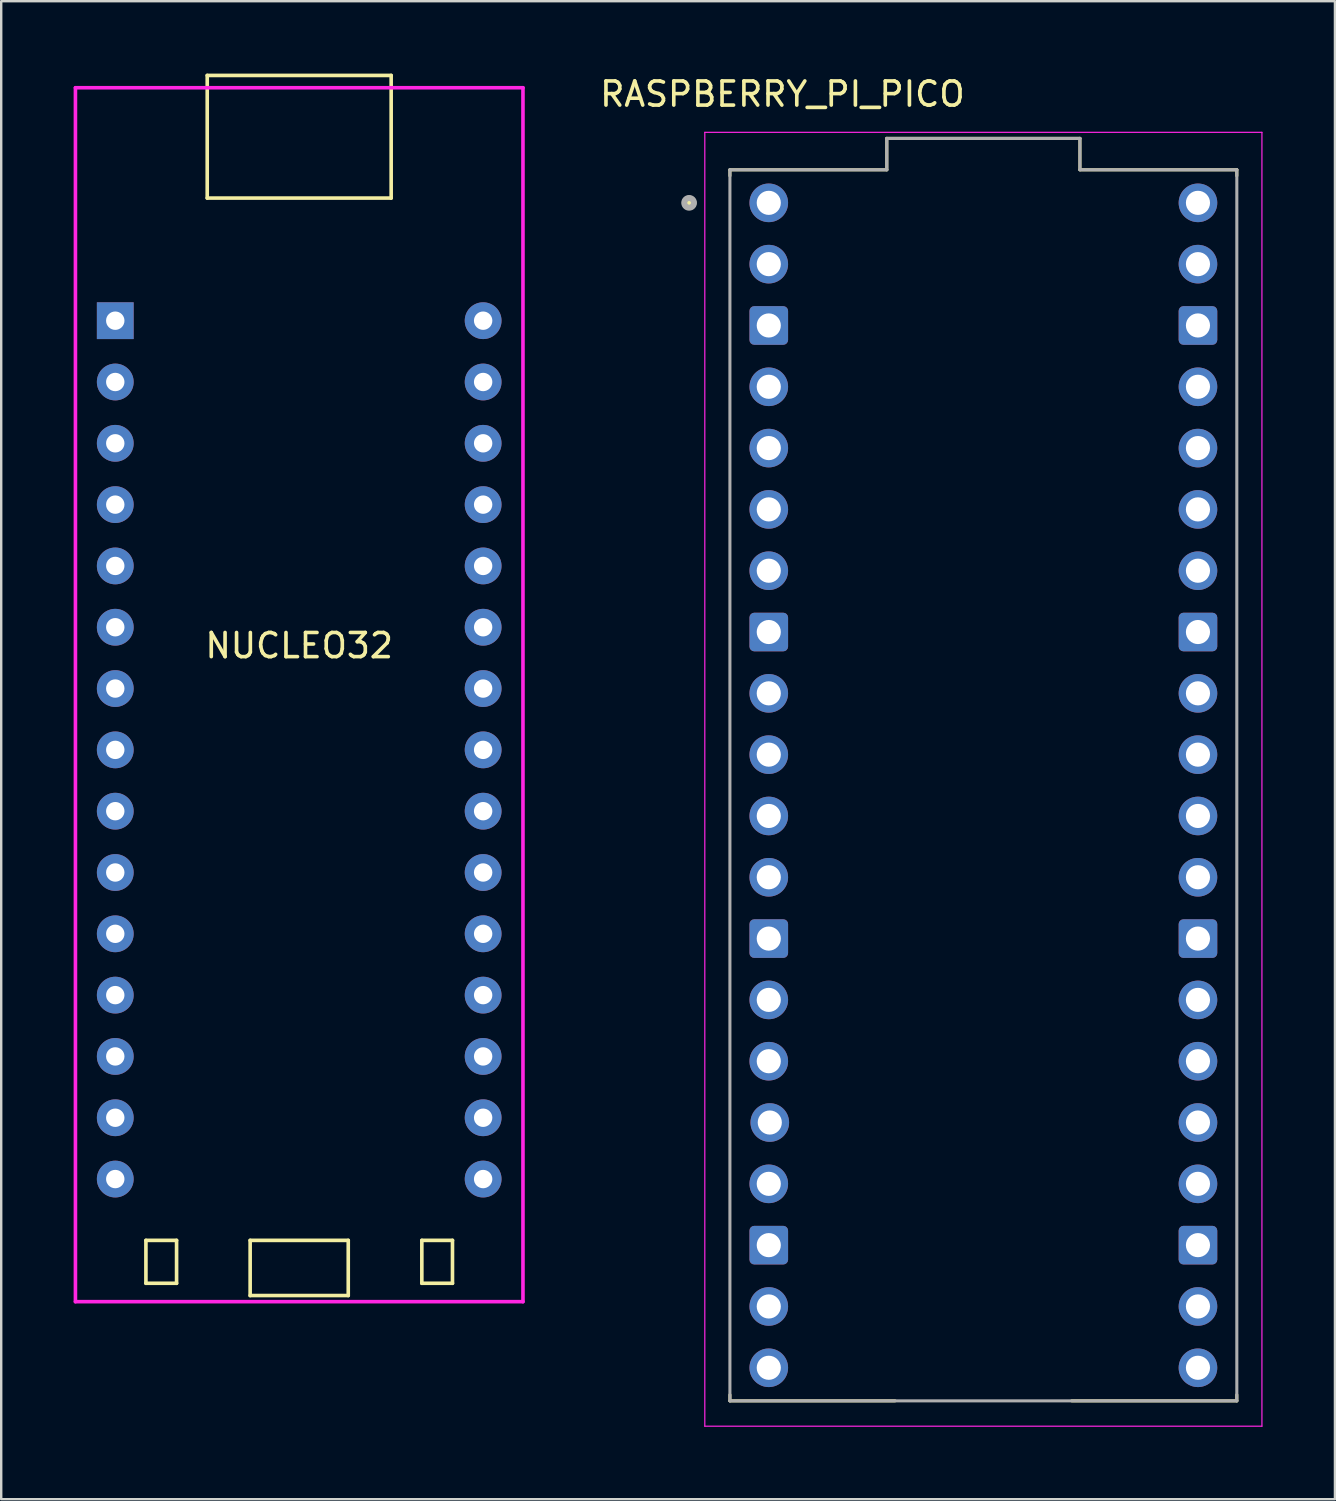
<source format=kicad_pcb>
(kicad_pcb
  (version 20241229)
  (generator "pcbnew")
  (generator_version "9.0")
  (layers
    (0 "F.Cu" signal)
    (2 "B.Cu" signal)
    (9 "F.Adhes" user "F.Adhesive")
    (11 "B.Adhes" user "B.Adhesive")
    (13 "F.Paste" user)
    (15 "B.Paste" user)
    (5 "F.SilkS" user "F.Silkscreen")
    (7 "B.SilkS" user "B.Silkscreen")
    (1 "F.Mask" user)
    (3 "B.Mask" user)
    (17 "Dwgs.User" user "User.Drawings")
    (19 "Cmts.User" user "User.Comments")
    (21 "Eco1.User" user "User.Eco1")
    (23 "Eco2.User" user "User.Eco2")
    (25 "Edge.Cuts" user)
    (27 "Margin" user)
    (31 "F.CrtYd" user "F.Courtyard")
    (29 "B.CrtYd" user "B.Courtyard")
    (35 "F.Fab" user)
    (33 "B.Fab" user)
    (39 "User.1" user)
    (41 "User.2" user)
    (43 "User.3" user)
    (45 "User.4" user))
  (footprint "NUCLEO32"
    (layer "F.Cu")
    (at 9.345 28.015)
    (property "Reference" "NUCLEO32" (at 0 -4.318 0) (layer "F.SilkS") (effects (font (size 1 1) (thickness 0.15))))
    (attr through_hole)
    (fp_line (start -6.35 20.32) (end -6.35 22.098) (stroke (width 0.15) (type solid)) (layer "F.SilkS"))
    (fp_line (start -6.35 22.098) (end -5.08 22.098) (stroke (width 0.15) (type solid)) (layer "F.SilkS"))
    (fp_line (start -5.08 20.32) (end -6.35 20.32) (stroke (width 0.15) (type solid)) (layer "F.SilkS"))
    (fp_line (start -5.08 22.098) (end -5.08 20.32) (stroke (width 0.15) (type solid)) (layer "F.SilkS"))
    (fp_line (start -3.81 -27.94) (end 3.81 -27.94) (stroke (width 0.15) (type solid)) (layer "F.SilkS"))
    (fp_line (start -3.81 -22.86) (end -3.81 -27.94) (stroke (width 0.15) (type solid)) (layer "F.SilkS"))
    (fp_line (start -2.032 20.32) (end 2.032 20.32) (stroke (width 0.15) (type solid)) (layer "F.SilkS"))
    (fp_line (start -2.032 22.606) (end -2.032 20.32) (stroke (width 0.15) (type solid)) (layer "F.SilkS"))
    (fp_line (start 2.032 20.32) (end 2.032 22.606) (stroke (width 0.15) (type solid)) (layer "F.SilkS"))
    (fp_line (start 2.032 22.606) (end -2.032 22.606) (stroke (width 0.15) (type solid)) (layer "F.SilkS"))
    (fp_line (start 3.81 -27.94) (end 3.81 -22.86) (stroke (width 0.15) (type solid)) (layer "F.SilkS"))
    (fp_line (start 3.81 -22.86) (end -3.81 -22.86) (stroke (width 0.15) (type solid)) (layer "F.SilkS"))
    (fp_line (start 5.08 20.32) (end 5.08 22.098) (stroke (width 0.15) (type solid)) (layer "F.SilkS"))
    (fp_line (start 5.08 22.098) (end 6.35 22.098) (stroke (width 0.15) (type solid)) (layer "F.SilkS"))
    (fp_line (start 6.35 20.32) (end 5.08 20.32) (stroke (width 0.15) (type solid)) (layer "F.SilkS"))
    (fp_line (start 6.35 22.098) (end 6.35 20.32) (stroke (width 0.15) (type solid)) (layer "F.SilkS"))
    (fp_line (start -9.27 -27.43) (end -9.27 22.86) (stroke (width 0.15) (type solid)) (layer "F.CrtYd"))
    (fp_line (start -9.27 22.86) (end 9.27 22.86) (stroke (width 0.15) (type solid)) (layer "F.CrtYd"))
    (fp_line (start 9.27 -27.43) (end -9.27 -27.43) (stroke (width 0.15) (type solid)) (layer "F.CrtYd"))
    (fp_line (start 9.27 22.86) (end 9.27 -27.43) (stroke (width 0.15) (type solid)) (layer "F.CrtYd"))
    (pad "1" thru_hole rect (at -7.62 -17.78) (size 1.524 1.524) (drill 0.762) (layers "*.Cu" "*.Mask"))
    (pad "2" thru_hole circle (at -7.62 -15.24) (size 1.524 1.524) (drill 0.762) (layers "*.Cu" "*.Mask"))
    (pad "3" thru_hole circle (at -7.62 -12.7) (size 1.524 1.524) (drill 0.762) (layers "*.Cu" "*.Mask"))
    (pad "4" thru_hole circle (at -7.62 -10.16) (size 1.524 1.524) (drill 0.762) (layers "*.Cu" "*.Mask"))
    (pad "5" thru_hole circle (at -7.62 -7.62) (size 1.524 1.524) (drill 0.762) (layers "*.Cu" "*.Mask"))
    (pad "6" thru_hole circle (at -7.62 -5.08) (size 1.524 1.524) (drill 0.762) (layers "*.Cu" "*.Mask"))
    (pad "7" thru_hole circle (at -7.62 -2.54) (size 1.524 1.524) (drill 0.762) (layers "*.Cu" "*.Mask"))
    (pad "8" thru_hole circle (at -7.62 0) (size 1.524 1.524) (drill 0.762) (layers "*.Cu" "*.Mask"))
    (pad "9" thru_hole circle (at -7.62 2.54) (size 1.524 1.524) (drill 0.762) (layers "*.Cu" "*.Mask"))
    (pad "10" thru_hole circle (at -7.62 5.08) (size 1.524 1.524) (drill 0.762) (layers "*.Cu" "*.Mask"))
    (pad "11" thru_hole circle (at -7.62 7.62) (size 1.524 1.524) (drill 0.762) (layers "*.Cu" "*.Mask"))
    (pad "12" thru_hole circle (at -7.62 10.16) (size 1.524 1.524) (drill 0.762) (layers "*.Cu" "*.Mask"))
    (pad "13" thru_hole circle (at -7.62 12.7) (size 1.524 1.524) (drill 0.762) (layers "*.Cu" "*.Mask"))
    (pad "14" thru_hole circle (at -7.62 15.24) (size 1.524 1.524) (drill 0.762) (layers "*.Cu" "*.Mask"))
    (pad "15" thru_hole circle (at -7.62 17.78) (size 1.524 1.524) (drill 0.762) (layers "*.Cu" "*.Mask"))
    (pad "16" thru_hole circle (at 7.62 17.78) (size 1.524 1.524) (drill 0.762) (layers "*.Cu" "*.Mask"))
    (pad "17" thru_hole circle (at 7.62 15.24) (size 1.524 1.524) (drill 0.762) (layers "*.Cu" "*.Mask"))
    (pad "18" thru_hole circle (at 7.62 12.7) (size 1.524 1.524) (drill 0.762) (layers "*.Cu" "*.Mask"))
    (pad "19" thru_hole circle (at 7.62 10.16) (size 1.524 1.524) (drill 0.762) (layers "*.Cu" "*.Mask"))
    (pad "20" thru_hole circle (at 7.62 7.62) (size 1.524 1.524) (drill 0.762) (layers "*.Cu" "*.Mask"))
    (pad "21" thru_hole circle (at 7.62 5.08) (size 1.524 1.524) (drill 0.762) (layers "*.Cu" "*.Mask"))
    (pad "22" thru_hole circle (at 7.62 2.54) (size 1.524 1.524) (drill 0.762) (layers "*.Cu" "*.Mask"))
    (pad "23" thru_hole circle (at 7.62 0) (size 1.524 1.524) (drill 0.762) (layers "*.Cu" "*.Mask"))
    (pad "24" thru_hole circle (at 7.62 -2.54) (size 1.524 1.524) (drill 0.762) (layers "*.Cu" "*.Mask"))
    (pad "25" thru_hole circle (at 7.62 -5.08) (size 1.524 1.524) (drill 0.762) (layers "*.Cu" "*.Mask"))
    (pad "26" thru_hole circle (at 7.62 -7.62) (size 1.524 1.524) (drill 0.762) (layers "*.Cu" "*.Mask"))
    (pad "27" thru_hole circle (at 7.62 -10.16) (size 1.524 1.524) (drill 0.762) (layers "*.Cu" "*.Mask"))
    (pad "28" thru_hole circle (at 7.62 -12.7) (size 1.524 1.524) (drill 0.762) (layers "*.Cu" "*.Mask"))
    (pad "29" thru_hole circle (at 7.62 -15.24) (size 1.524 1.524) (drill 0.762) (layers "*.Cu" "*.Mask"))
    (pad "30" thru_hole circle (at 7.62 -17.78) (size 1.524 1.524) (drill 0.762) (layers "*.Cu" "*.Mask")))
  (footprint "RASPBERRY_PI_PICO"
    (layer "F.Cu")
    (at 37.688 29.483)
    (property "Reference" "RASPBERRY_PI_PICO" (at -8.325 -28.635 0) (layer "F.SilkS") (effects (font (size 1 1) (thickness 0.15))))
    (attr through_hole)
    (fp_line (start -10.5 -25.5) (end -4 -25.5) (stroke (width 0.127) (type solid)) (layer "F.SilkS"))
    (fp_line (start -10.5 -25.25) (end -10.5 -25.5) (stroke (width 0.127) (type solid)) (layer "F.SilkS"))
    (fp_line (start -10.5 25.5) (end -10.5 25.25) (stroke (width 0.127) (type solid)) (layer "F.SilkS"))
    (fp_line (start -4 -26.8) (end 4 -26.8) (stroke (width 0.127) (type solid)) (layer "F.SilkS"))
    (fp_line (start -4 -25.5) (end -4 -26.8) (stroke (width 0.127) (type solid)) (layer "F.SilkS"))
    (fp_line (start -3.66 25.5) (end -10.5 25.5) (stroke (width 0.127) (type solid)) (layer "F.SilkS"))
    (fp_line (start 4 -26.8) (end 4 -25.5) (stroke (width 0.127) (type solid)) (layer "F.SilkS"))
    (fp_line (start 4 -25.5) (end 10.5 -25.5) (stroke (width 0.127) (type solid)) (layer "F.SilkS"))
    (fp_line (start 10.5 -25.5) (end 10.5 -25.25) (stroke (width 0.127) (type solid)) (layer "F.SilkS"))
    (fp_line (start 10.5 25.5) (end 3.66 25.5) (stroke (width 0.127) (type solid)) (layer "F.SilkS"))
    (fp_line (start 10.5 25.5) (end 10.5 25.25) (stroke (width 0.127) (type solid)) (layer "F.SilkS"))
    (fp_circle (center -12.19 -24.13) (end -11.99 -24.13) (stroke (width 0.2) (type solid)) (fill yes) (layer "F.SilkS"))
    (fp_line (start -11.54 -27.05) (end -11.54 26.55) (stroke (width 0.05) (type solid)) (layer "F.CrtYd"))
    (fp_line (start -11.54 26.55) (end 11.54 26.55) (stroke (width 0.05) (type solid)) (layer "F.CrtYd"))
    (fp_line (start 11.54 -27.05) (end -11.54 -27.05) (stroke (width 0.05) (type solid)) (layer "F.CrtYd"))
    (fp_line (start 11.54 26.55) (end 11.54 -27.05) (stroke (width 0.05) (type solid)) (layer "F.CrtYd"))
    (fp_line (start -10.5 -25.5) (end -4 -25.5) (stroke (width 0.127) (type solid)) (layer "F.Fab"))
    (fp_line (start -10.5 25.5) (end -10.5 -25.5) (stroke (width 0.127) (type solid)) (layer "F.Fab"))
    (fp_line (start -4 -26.8) (end 4 -26.8) (stroke (width 0.127) (type solid)) (layer "F.Fab"))
    (fp_line (start -4 -25.5) (end -4 -26.8) (stroke (width 0.127) (type solid)) (layer "F.Fab"))
    (fp_line (start 4 -26.8) (end 4 -25.5) (stroke (width 0.127) (type solid)) (layer "F.Fab"))
    (fp_line (start 4 -25.5) (end 10.5 -25.5) (stroke (width 0.127) (type solid)) (layer "F.Fab"))
    (fp_line (start 10.5 -25.5) (end 10.5 25.5) (stroke (width 0.127) (type solid)) (layer "F.Fab"))
    (fp_line (start 10.5 25.5) (end -10.5 25.5) (stroke (width 0.127) (type solid)) (layer "F.Fab"))
    (fp_circle (center -12.19 -24.13) (end -11.99 -24.13) (stroke (width 0.25) (type solid)) (fill no) (layer "F.Fab"))
    (pad "1" thru_hole circle (at -8.89 -24.13) (size 1.6 1.6) (drill 1) (layers "*.Cu" "*.Mask"))
    (pad "2" thru_hole circle (at -8.89 -21.59) (size 1.6 1.6) (drill 1) (layers "*.Cu" "*.Mask"))
    (pad "3" thru_hole roundrect (at -8.89 -19.05) (size 1.6 1.6) (drill 1) (layers "*.Cu" "*.Mask") (roundrect_rratio 0.125))
    (pad "4" thru_hole circle (at -8.89 -16.51) (size 1.6 1.6) (drill 1) (layers "*.Cu" "*.Mask"))
    (pad "5" thru_hole circle (at -8.89 -13.97) (size 1.6 1.6) (drill 1) (layers "*.Cu" "*.Mask"))
    (pad "6" thru_hole circle (at -8.89 -11.43) (size 1.6 1.6) (drill 1) (layers "*.Cu" "*.Mask"))
    (pad "7" thru_hole circle (at -8.89 -8.89) (size 1.6 1.6) (drill 1) (layers "*.Cu" "*.Mask"))
    (pad "8" thru_hole roundrect (at -8.89 -6.35) (size 1.6 1.6) (drill 1) (layers "*.Cu" "*.Mask") (roundrect_rratio 0.125))
    (pad "9" thru_hole circle (at -8.89 -3.81) (size 1.6 1.6) (drill 1) (layers "*.Cu" "*.Mask"))
    (pad "10" thru_hole circle (at -8.89 -1.27) (size 1.6 1.6) (drill 1) (layers "*.Cu" "*.Mask"))
    (pad "11" thru_hole circle (at -8.89 1.27) (size 1.6 1.6) (drill 1) (layers "*.Cu" "*.Mask"))
    (pad "12" thru_hole circle (at -8.89 3.81) (size 1.6 1.6) (drill 1) (layers "*.Cu" "*.Mask"))
    (pad "13" thru_hole roundrect (at -8.89 6.35) (size 1.6 1.6) (drill 1) (layers "*.Cu" "*.Mask") (roundrect_rratio 0.125))
    (pad "14" thru_hole circle (at -8.89 8.89) (size 1.6 1.6) (drill 1) (layers "*.Cu" "*.Mask"))
    (pad "15" thru_hole circle (at -8.89 11.43) (size 1.6 1.6) (drill 1) (layers "*.Cu" "*.Mask"))
    (pad "16" thru_hole circle (at -8.848 13.97) (size 1.6 1.6) (drill 1) (layers "*.Cu" "*.Mask"))
    (pad "17" thru_hole circle (at -8.89 16.51) (size 1.6 1.6) (drill 1) (layers "*.Cu" "*.Mask"))
    (pad "18" thru_hole roundrect (at -8.89 19.05) (size 1.6 1.6) (drill 1) (layers "*.Cu" "*.Mask") (roundrect_rratio 0.125))
    (pad "19" thru_hole circle (at -8.89 21.59) (size 1.6 1.6) (drill 1) (layers "*.Cu" "*.Mask"))
    (pad "20" thru_hole circle (at -8.89 24.13) (size 1.6 1.6) (drill 1) (layers "*.Cu" "*.Mask"))
    (pad "21" thru_hole circle (at 8.89 24.13) (size 1.6 1.6) (drill 1) (layers "*.Cu" "*.Mask"))
    (pad "22" thru_hole circle (at 8.89 21.59) (size 1.6 1.6) (drill 1) (layers "*.Cu" "*.Mask"))
    (pad "23" thru_hole roundrect (at 8.89 19.05) (size 1.6 1.6) (drill 1) (layers "*.Cu" "*.Mask") (roundrect_rratio 0.125))
    (pad "24" thru_hole circle (at 8.89 16.51) (size 1.6 1.6) (drill 1) (layers "*.Cu" "*.Mask"))
    (pad "25" thru_hole circle (at 8.89 13.97) (size 1.6 1.6) (drill 1) (layers "*.Cu" "*.Mask"))
    (pad "26" thru_hole circle (at 8.89 11.43) (size 1.6 1.6) (drill 1) (layers "*.Cu" "*.Mask"))
    (pad "27" thru_hole circle (at 8.89 8.89) (size 1.6 1.6) (drill 1) (layers "*.Cu" "*.Mask"))
    (pad "28" thru_hole roundrect (at 8.89 6.35) (size 1.6 1.6) (drill 1) (layers "*.Cu" "*.Mask") (roundrect_rratio 0.125))
    (pad "29" thru_hole circle (at 8.89 3.81) (size 1.6 1.6) (drill 1) (layers "*.Cu" "*.Mask"))
    (pad "30" thru_hole circle (at 8.89 1.27) (size 1.6 1.6) (drill 1) (layers "*.Cu" "*.Mask"))
    (pad "31" thru_hole circle (at 8.89 -1.27) (size 1.6 1.6) (drill 1) (layers "*.Cu" "*.Mask"))
    (pad "32" thru_hole circle (at 8.89 -3.81) (size 1.6 1.6) (drill 1) (layers "*.Cu" "*.Mask"))
    (pad "33" thru_hole roundrect (at 8.89 -6.35) (size 1.6 1.6) (drill 1) (layers "*.Cu" "*.Mask") (roundrect_rratio 0.125))
    (pad "34" thru_hole circle (at 8.89 -8.89) (size 1.6 1.6) (drill 1) (layers "*.Cu" "*.Mask"))
    (pad "35" thru_hole circle (at 8.89 -11.43) (size 1.6 1.6) (drill 1) (layers "*.Cu" "*.Mask"))
    (pad "36" thru_hole circle (at 8.89 -13.97) (size 1.6 1.6) (drill 1) (layers "*.Cu" "*.Mask"))
    (pad "37" thru_hole circle (at 8.89 -16.51) (size 1.6 1.6) (drill 1) (layers "*.Cu" "*.Mask"))
    (pad "38" thru_hole roundrect (at 8.89 -19.05) (size 1.6 1.6) (drill 1) (layers "*.Cu" "*.Mask") (roundrect_rratio 0.125))
    (pad "39" thru_hole circle (at 8.89 -21.59) (size 1.6 1.6) (drill 1) (layers "*.Cu" "*.Mask"))
    (pad "40" thru_hole circle (at 8.89 -24.13) (size 1.6 1.6) (drill 1) (layers "*.Cu" "*.Mask")))
  (gr_rect
    (start -3 -3)
    (end 52.253 59.058)
    (stroke (width 0.1) (type default))
    (fill no)
    (layer "Edge.Cuts")))
</source>
